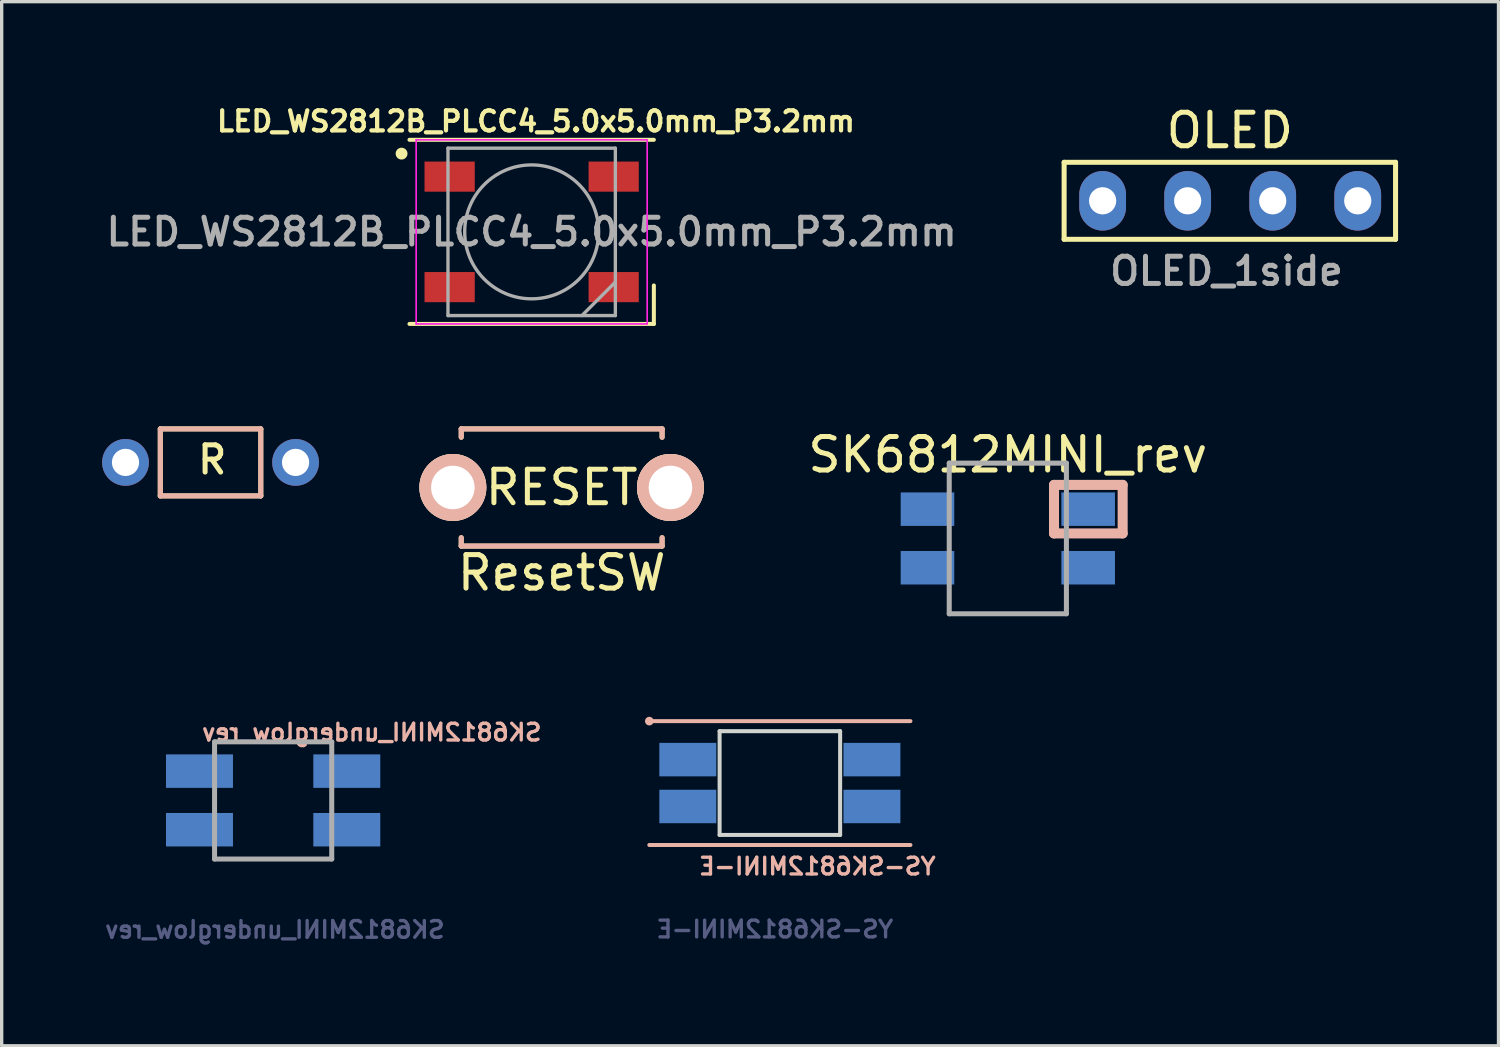
<source format=kicad_pcb>
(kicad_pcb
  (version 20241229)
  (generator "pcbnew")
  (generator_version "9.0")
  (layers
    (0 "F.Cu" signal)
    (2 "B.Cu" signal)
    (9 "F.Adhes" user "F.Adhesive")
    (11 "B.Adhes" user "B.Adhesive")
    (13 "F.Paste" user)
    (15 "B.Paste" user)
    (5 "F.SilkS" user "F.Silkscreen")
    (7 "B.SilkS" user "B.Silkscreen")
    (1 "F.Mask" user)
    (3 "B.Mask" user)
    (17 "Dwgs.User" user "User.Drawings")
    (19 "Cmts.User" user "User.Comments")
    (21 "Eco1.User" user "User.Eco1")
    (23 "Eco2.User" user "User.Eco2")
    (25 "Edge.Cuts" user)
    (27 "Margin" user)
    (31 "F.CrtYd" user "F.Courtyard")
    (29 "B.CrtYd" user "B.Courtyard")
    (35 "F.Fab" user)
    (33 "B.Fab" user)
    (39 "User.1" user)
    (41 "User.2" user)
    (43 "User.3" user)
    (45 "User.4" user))
  (footprint "LED_WS2812B_PLCC4_5.0x5.0mm_P3.2mm"
    (layer "F.Cu")
    (at 12.831 3.876)
    (property "Reference" "LED_WS2812B_PLCC4_5.0x5.0mm_P3.2mm" (at 0.127 -3.302 0) (layer "F.SilkS") (effects (font (size 0.6 0.6) (thickness 0.127) (bold yes))))
    (attr smd)
    (fp_line (start -3.65 -2.75) (end 3.65 -2.75) (stroke (width 0.12) (type solid)) (layer "F.SilkS"))
    (fp_line (start -3.65 2.75) (end 3.65 2.75) (stroke (width 0.12) (type solid)) (layer "F.SilkS"))
    (fp_line (start 3.65 2.75) (end 3.65 1.6) (stroke (width 0.12) (type solid)) (layer "F.SilkS"))
    (fp_circle (center -3.886 -2.337) (end -3.759 -2.337) (stroke (width 0.1) (type solid)) (fill yes) (layer "F.SilkS"))
    (fp_line (start -3.45 -2.75) (end -3.45 2.75) (stroke (width 0.05) (type solid)) (layer "F.CrtYd"))
    (fp_line (start -3.45 2.75) (end 3.45 2.75) (stroke (width 0.05) (type solid)) (layer "F.CrtYd"))
    (fp_line (start 3.45 -2.75) (end -3.45 -2.75) (stroke (width 0.05) (type solid)) (layer "F.CrtYd"))
    (fp_line (start 3.45 2.75) (end 3.45 -2.75) (stroke (width 0.05) (type solid)) (layer "F.CrtYd"))
    (fp_line (start -2.5 -2.5) (end -2.5 2.5) (stroke (width 0.1) (type solid)) (layer "F.Fab"))
    (fp_line (start -2.5 2.5) (end 2.5 2.5) (stroke (width 0.1) (type solid)) (layer "F.Fab"))
    (fp_line (start 2.5 -2.5) (end -2.5 -2.5) (stroke (width 0.1) (type solid)) (layer "F.Fab"))
    (fp_line (start 2.5 1.5) (end 1.5 2.5) (stroke (width 0.1) (type solid)) (layer "F.Fab"))
    (fp_line (start 2.5 2.5) (end 2.5 -2.5) (stroke (width 0.1) (type solid)) (layer "F.Fab"))
    (fp_circle (center 0 0) (end 0 -2) (stroke (width 0.1) (type solid)) (fill no) (layer "F.Fab"))
    (fp_text user "${REFERENCE}" (at 0 0 0) (layer "F.Fab") (effects (font (size 0.8 0.8) (thickness 0.15))))
    (pad "1" smd rect (at -2.45 -1.65) (size 1.5 0.9) (layers "F.Cu" "F.Mask" "F.Paste"))
    (pad "2" smd rect (at -2.45 1.65) (size 1.5 0.9) (layers "F.Cu" "F.Mask" "F.Paste"))
    (pad "3" smd rect (at 2.45 1.65) (size 1.5 0.9) (layers "F.Cu" "F.Mask" "F.Paste"))
    (pad "4" smd rect (at 2.45 -1.65) (size 1.5 0.9) (layers "F.Cu" "F.Mask" "F.Paste")))
  (footprint "ResetSW"
    (layer "F.Cu")
    (at 13.727 11.511)
    (property "Reference" "ResetSW" (at 0 2.55 0) (layer "F.SilkS") (effects (font (size 1 1) (thickness 0.15))))
    (attr through_hole)
    (fp_line (start -3 -1.75) (end -3 -1.5) (stroke (width 0.15) (type solid)) (layer "F.SilkS"))
    (fp_line (start -3 -1.75) (end 3 -1.75) (stroke (width 0.15) (type solid)) (layer "F.SilkS"))
    (fp_line (start -3 1.75) (end -3 1.5) (stroke (width 0.15) (type solid)) (layer "F.SilkS"))
    (fp_line (start -3 1.75) (end 3 1.75) (stroke (width 0.15) (type solid)) (layer "F.SilkS"))
    (fp_line (start 3 -1.75) (end 3 -1.5) (stroke (width 0.15) (type solid)) (layer "F.SilkS"))
    (fp_line (start 3 1.75) (end 3 1.5) (stroke (width 0.15) (type solid)) (layer "F.SilkS"))
    (fp_line (start -3 -1.75) (end 3 -1.75) (stroke (width 0.15) (type solid)) (layer "B.SilkS"))
    (fp_line (start -3 -1.5) (end -3 -1.75) (stroke (width 0.15) (type solid)) (layer "B.SilkS"))
    (fp_line (start -3 1.75) (end -3 1.5) (stroke (width 0.15) (type solid)) (layer "B.SilkS"))
    (fp_line (start 3 -1.75) (end 3 -1.5) (stroke (width 0.15) (type solid)) (layer "B.SilkS"))
    (fp_line (start 3 1.5) (end 3 1.75) (stroke (width 0.15) (type solid)) (layer "B.SilkS"))
    (fp_line (start 3 1.75) (end -3 1.75) (stroke (width 0.15) (type solid)) (layer "B.SilkS"))
    (fp_text user "RESET" (at 0 0 0) (layer "F.SilkS") (effects (font (size 1 1) (thickness 0.15))))
    (pad "1" thru_hole circle (at 3.25 0) (size 2 2) (drill 1.3) (layers "*.Cu" "*.SilkS" "*.Mask"))
    (pad "2" thru_hole circle (at -3.25 0) (size 2 2) (drill 1.3) (layers "*.Cu" "*.SilkS" "*.Mask")))
  (footprint "SK6812MINI_rev"
    (layer "F.Cu")
    (at 27.054 13.034)
    (property "Reference" "SK6812MINI_rev" (at 0 -2.5 0) (layer "F.SilkS") (effects (font (size 1 1) (thickness 0.15))))
    (attr through_hole)
    (fp_line (start 1.38 -1.6) (end 3.43 -1.6) (stroke (width 0.3) (type solid)) (layer "B.SilkS"))
    (fp_line (start 1.38 -0.15) (end 1.38 -1.6) (stroke (width 0.3) (type solid)) (layer "B.SilkS"))
    (fp_line (start 3.43 -1.6) (end 3.43 -0.15) (stroke (width 0.3) (type solid)) (layer "B.SilkS"))
    (fp_line (start 3.43 -0.15) (end 1.38 -0.15) (stroke (width 0.3) (type solid)) (layer "B.SilkS"))
    (fp_line (start -1.75 -2.25) (end -1.75 2.25) (stroke (width 0.15) (type solid)) (layer "F.Fab"))
    (fp_line (start -1.75 -2.25) (end 1.75 -2.25) (stroke (width 0.15) (type solid)) (layer "F.Fab"))
    (fp_line (start 1.75 -2.25) (end 1.75 2.25) (stroke (width 0.15) (type solid)) (layer "F.Fab"))
    (fp_line (start 1.75 2.25) (end -1.75 2.25) (stroke (width 0.15) (type solid)) (layer "F.Fab"))
    (pad "1" smd rect (at -2.4 -0.875) (size 1.6 1) (layers "B.Cu" "B.Mask" "B.Paste"))
    (pad "2" smd rect (at -2.4 0.875) (size 1.6 1) (layers "B.Cu" "B.Mask" "B.Paste"))
    (pad "3" smd rect (at 2.4 0.875) (size 1.6 1) (layers "B.Cu" "B.Mask" "B.Paste"))
    (pad "4" smd rect (at 2.4 -0.875) (size 1.6 1) (layers "B.Cu" "B.Mask" "B.Paste")))
  (footprint "OLED_1side"
    (layer "F.Cu")
    (at 29.886 2.948)
    (property "Reference" "OLED_1side" (at 3.7 2.1 180) (layer "F.Fab") (effects (font (size 0.813 0.813) (thickness 0.15))))
    (attr through_hole)
    (fp_line (start -1.15 -1.15) (end 8.75 -1.15) (stroke (width 0.15) (type solid)) (layer "F.SilkS"))
    (fp_line (start -1.15 1.15) (end -1.15 -1.15) (stroke (width 0.15) (type solid)) (layer "F.SilkS"))
    (fp_line (start -1.15 1.15) (end 8.75 1.15) (stroke (width 0.15) (type solid)) (layer "F.SilkS"))
    (fp_line (start 8.75 -1.15) (end 8.75 1.15) (stroke (width 0.15) (type solid)) (layer "F.SilkS"))
    (fp_text user "OLED" (at 3.8 -2.1 0) (layer "F.SilkS") (effects (font (size 1 1) (thickness 0.15))))
    (pad "1" thru_hole oval (at 0 0) (size 1.397 1.778) (drill 0.813) (layers "*.Cu" "*.Mask"))
    (pad "2" thru_hole oval (at 2.54 0) (size 1.397 1.778) (drill 0.813) (layers "*.Cu" "*.Mask"))
    (pad "3" thru_hole oval (at 5.08 0) (size 1.397 1.778) (drill 0.813) (layers "*.Cu" "*.Mask"))
    (pad "4" thru_hole oval (at 7.62 0) (size 1.397 1.778) (drill 0.813) (layers "*.Cu" "*.Mask")))
  (footprint "YS-SK6812MINI-E"
    (layer "F.Cu")
    (at 20.245 20.34)
    (property "Reference" "YS-SK6812MINI-E" (at 1.118 2.489 0) (layer "B.SilkS") (effects (font (size 0.5 0.5) (thickness 0.1) (bold yes)) (justify mirror)))
    (attr through_hole)
    (fp_line (start -3.9 -1.85) (end 3.9 -1.85) (stroke (width 0.12) (type solid)) (layer "B.SilkS"))
    (fp_line (start 3.9 1.85) (end -3.9 1.85) (stroke (width 0.12) (type solid)) (layer "B.SilkS"))
    (fp_circle (center -3.9 -1.85) (end -3.9 -1.93) (stroke (width 0.1) (type default)) (fill no) (layer "B.SilkS"))
    (fp_circle (center -3.9 -1.85) (end -3.9 -1.85) (stroke (width 0.1) (type default)) (fill no) (layer "B.SilkS"))
    (fp_line (start -1.8 -1.55) (end 1.8 -1.55) (stroke (width 0.12) (type solid)) (layer "Edge.Cuts"))
    (fp_line (start -1.8 1.55) (end -1.8 -1.55) (stroke (width 0.12) (type solid)) (layer "Edge.Cuts"))
    (fp_line (start 1.8 -1.55) (end 1.8 1.55) (stroke (width 0.12) (type solid)) (layer "Edge.Cuts"))
    (fp_line (start 1.8 1.55) (end -1.8 1.55) (stroke (width 0.12) (type solid)) (layer "Edge.Cuts"))
    (fp_text user "${REFERENCE}" (at -0.152 4.369 0) (layer "B.Fab") (effects (font (size 0.5 0.5) (thickness 0.1) (bold yes)) (justify mirror)))
    (pad "1" smd rect (at -2.75 -0.7) (size 1.7 1) (layers "B.Cu" "B.Mask" "B.Paste"))
    (pad "2" smd rect (at -2.75 0.7) (size 1.7 1) (layers "B.Cu" "B.Mask" "B.Paste"))
    (pad "3" smd rect (at 2.75 0.7) (size 1.7 1) (layers "B.Cu" "B.Mask" "B.Paste"))
    (pad "4" smd rect (at 2.75 -0.7) (size 1.7 1) (layers "B.Cu" "B.Mask" "B.Paste")))
  (footprint "R"
    (layer "F.Cu")
    (at 3.239 10.762)
    (property "Reference" "R" (at 0.05 -0.08 0) (layer "F.SilkS") (effects (font (size 0.813 0.813) (thickness 0.15))))
    (attr through_hole)
    (fp_line (start -1.501 -1.001) (end -1.501 1.001) (stroke (width 0.15) (type solid)) (layer "F.SilkS"))
    (fp_line (start -1.501 1.001) (end 1.501 1.001) (stroke (width 0.15) (type solid)) (layer "F.SilkS"))
    (fp_line (start 1.501 -1.001) (end -1.501 -1.001) (stroke (width 0.15) (type solid)) (layer "F.SilkS"))
    (fp_line (start 1.501 1.001) (end 1.501 -1.001) (stroke (width 0.15) (type solid)) (layer "F.SilkS"))
    (fp_line (start -1.5 -1) (end 1.5 -1) (stroke (width 0.15) (type solid)) (layer "B.SilkS"))
    (fp_line (start -1.5 1) (end -1.5 -1) (stroke (width 0.15) (type solid)) (layer "B.SilkS"))
    (fp_line (start 1.5 -1) (end 1.5 1) (stroke (width 0.15) (type solid)) (layer "B.SilkS"))
    (fp_line (start 1.5 1) (end -1.5 1) (stroke (width 0.15) (type solid)) (layer "B.SilkS"))
    (pad "1" thru_hole circle (at -2.54 0) (size 1.397 1.397) (drill 0.813) (layers "*.Cu" "*.Mask"))
    (pad "2" thru_hole circle (at 2.54 0) (size 1.397 1.397) (drill 0.813) (layers "*.Cu" "*.Mask")))
  (footprint "SK6812MINI_underglow_rev"
    (layer "F.Cu")
    (at 5.109 20.859)
    (property "Reference" "SK6812MINI_underglow_rev" (at 2.946 -2.032 0) (layer "B.SilkS") (effects (font (size 0.5 0.5) (thickness 0.1) (bold yes)) (justify mirror)))
    (attr through_hole)
    (fp_line (start -1.75 -1.75) (end -1.75 1.75) (stroke (width 0.15) (type solid)) (layer "F.Fab"))
    (fp_line (start -1.75 -1.75) (end 1.75 -1.75) (stroke (width 0.15) (type solid)) (layer "F.Fab"))
    (fp_line (start 1.75 -1.75) (end 1.75 1.75) (stroke (width 0.15) (type solid)) (layer "F.Fab"))
    (fp_line (start 1.75 1.75) (end -1.75 1.75) (stroke (width 0.15) (type solid)) (layer "F.Fab"))
    (fp_text user "${REFERENCE}" (at 0.051 3.861 0) (layer "B.Fab") (effects (font (size 0.5 0.5) (thickness 0.1) (bold yes)) (justify mirror)))
    (pad "1" smd rect (at -2.2 0.875) (size 2 1) (layers "B.Cu" "B.Mask" "B.Paste"))
    (pad "2" smd rect (at -2.2 -0.875) (size 2 1) (layers "B.Cu" "B.Mask" "B.Paste"))
    (pad "3" smd rect (at 2.2 -0.875) (size 2 1) (layers "B.Cu" "B.Mask" "B.Paste"))
    (pad "4" smd rect (at 2.2 0.875) (size 2 1) (layers "B.Cu" "B.Mask" "B.Paste")))
  (gr_rect
    (start -3 -3)
    (end 41.711 28.188)
    (stroke (width 0.1) (type default))
    (fill no)
    (layer "Edge.Cuts")))
</source>
